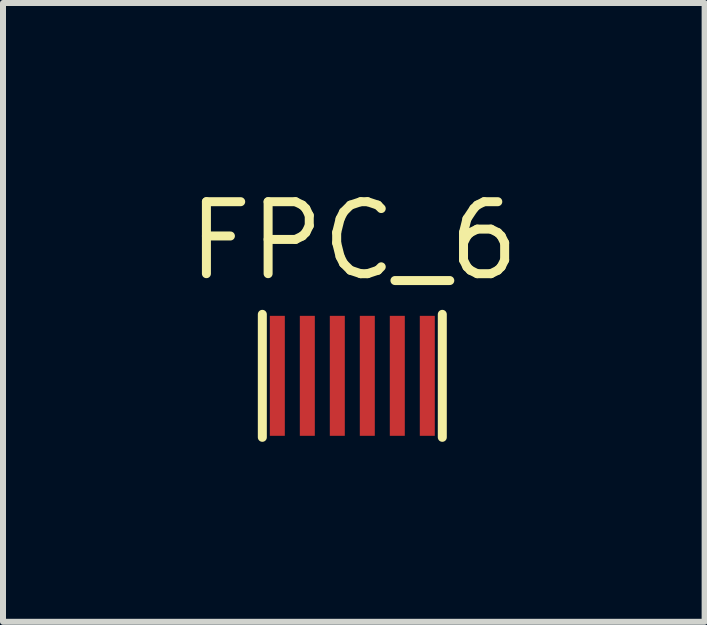
<source format=kicad_pcb>
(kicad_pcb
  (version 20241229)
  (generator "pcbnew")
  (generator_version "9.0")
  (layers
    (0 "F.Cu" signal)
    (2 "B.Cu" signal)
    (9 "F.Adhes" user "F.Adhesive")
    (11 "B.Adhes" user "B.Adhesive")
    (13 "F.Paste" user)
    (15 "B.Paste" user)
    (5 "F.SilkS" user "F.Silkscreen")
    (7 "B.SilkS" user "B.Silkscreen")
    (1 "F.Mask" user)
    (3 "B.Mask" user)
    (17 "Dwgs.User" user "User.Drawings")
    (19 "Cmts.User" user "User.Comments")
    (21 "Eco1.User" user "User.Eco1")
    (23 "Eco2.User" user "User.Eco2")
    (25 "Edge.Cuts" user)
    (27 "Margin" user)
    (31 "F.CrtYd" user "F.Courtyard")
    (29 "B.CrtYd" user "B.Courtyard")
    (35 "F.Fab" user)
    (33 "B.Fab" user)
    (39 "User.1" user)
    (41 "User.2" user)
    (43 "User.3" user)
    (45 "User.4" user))
  (footprint "FPC_6"
    (layer "F.Cu")
    (at 2.823 3.215)
    (property "Reference" "FPC_6" (at 0.025 -2.25 0) (layer "F.SilkS") (effects (font (size 1.2 1.2) (thickness 0.15))))
    (attr through_hole)
    (fp_line (start -1.5 1.025) (end -1.5 -1.025) (stroke (width 0.15) (type solid)) (layer "F.SilkS"))
    (fp_line (start 1.5 1.025) (end 1.5 -1.025) (stroke (width 0.15) (type solid)) (layer "F.SilkS"))
    (pad "1" smd rect (at -1.25 0) (size 0.25 2) (layers "F.Cu" "F.Mask" "F.Paste"))
    (pad "2" smd rect (at -0.75 0) (size 0.25 2) (layers "F.Cu" "F.Mask" "F.Paste"))
    (pad "3" smd rect (at -0.25 0) (size 0.25 2) (layers "F.Cu" "F.Mask" "F.Paste"))
    (pad "4" smd rect (at 0.25 0) (size 0.25 2) (layers "F.Cu" "F.Mask" "F.Paste"))
    (pad "5" smd rect (at 0.75 0) (size 0.25 2) (layers "F.Cu" "F.Mask" "F.Paste"))
    (pad "6" smd rect (at 1.25 0) (size 0.25 2) (layers "F.Cu" "F.Mask" "F.Paste")))
  (gr_rect
    (start -3 -3)
    (end 8.696 7.315)
    (stroke (width 0.1) (type default))
    (fill no)
    (layer "Edge.Cuts")))
</source>
